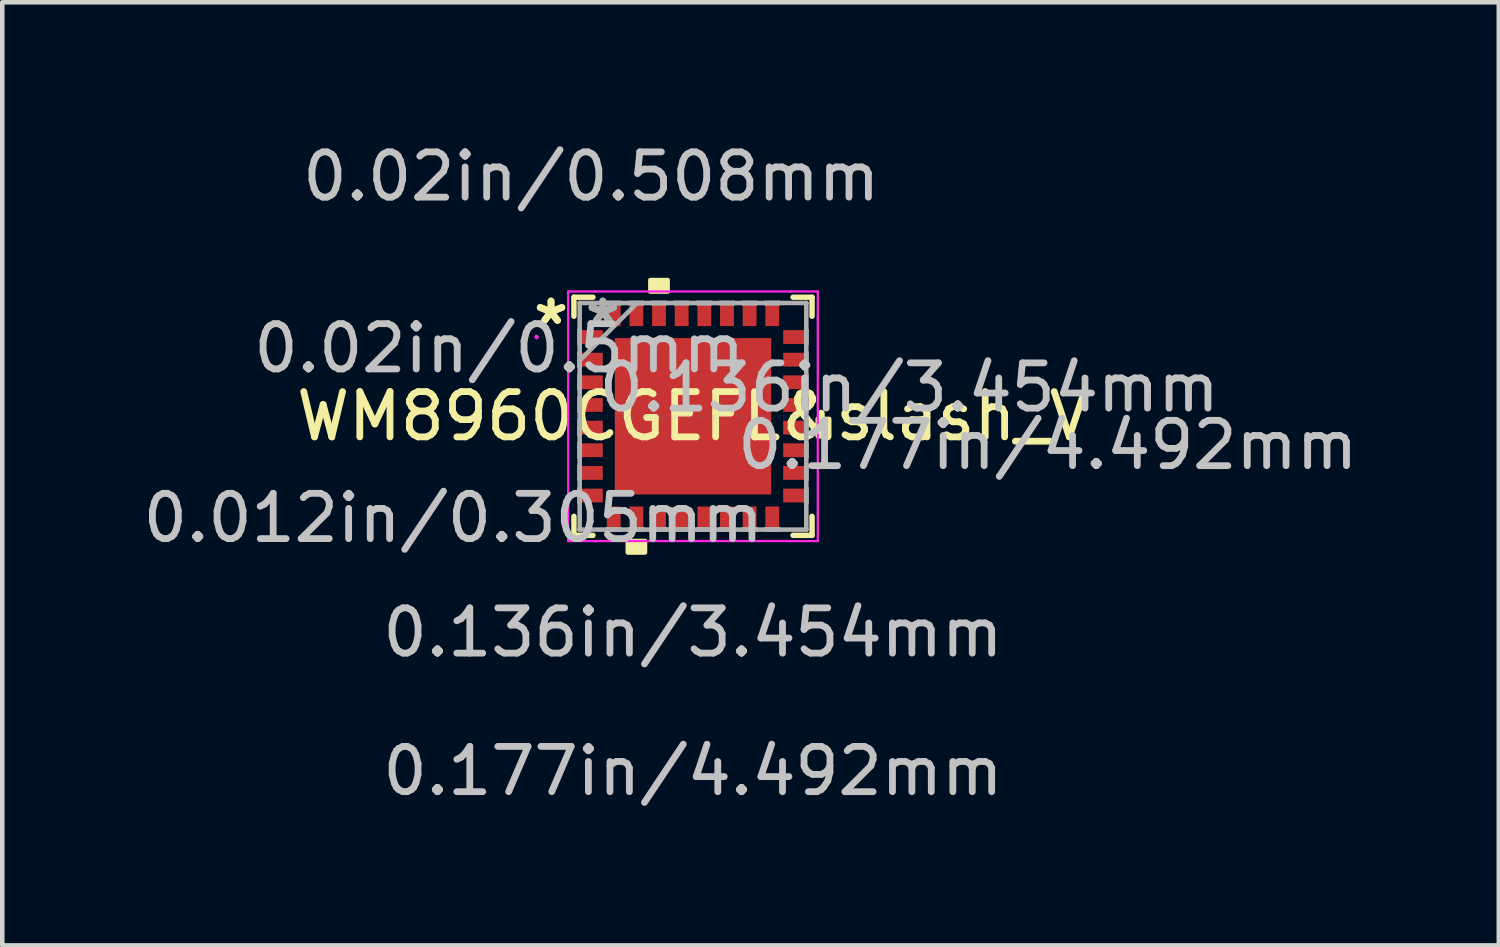
<source format=kicad_pcb>
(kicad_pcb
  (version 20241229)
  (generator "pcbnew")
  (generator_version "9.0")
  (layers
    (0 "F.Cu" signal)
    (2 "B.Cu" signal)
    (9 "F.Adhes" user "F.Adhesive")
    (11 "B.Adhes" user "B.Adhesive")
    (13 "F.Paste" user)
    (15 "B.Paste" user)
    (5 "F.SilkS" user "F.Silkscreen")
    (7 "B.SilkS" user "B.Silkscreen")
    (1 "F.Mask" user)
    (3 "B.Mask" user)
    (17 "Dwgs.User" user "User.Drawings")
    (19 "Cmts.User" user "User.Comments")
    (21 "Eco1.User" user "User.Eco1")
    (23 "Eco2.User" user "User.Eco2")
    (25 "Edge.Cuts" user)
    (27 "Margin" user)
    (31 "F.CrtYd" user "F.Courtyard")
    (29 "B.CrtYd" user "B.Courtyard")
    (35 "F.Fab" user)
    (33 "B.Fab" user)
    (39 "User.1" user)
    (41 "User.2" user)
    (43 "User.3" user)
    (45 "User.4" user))
  (footprint "WM8960CGEFL&slash_V"
    (layer "F.Cu")
    (at 12.252 6.142)
    (property "Reference" "WM8960CGEFL&slash_V" (at 0 0 0) (layer "F.SilkS") (effects (font (size 1 1) (thickness 0.15))))
    (attr through_hole)
    (fp_line (start -2.629 -2.629) (end -2.629 -2.209) (stroke (width 0.12) (type solid)) (layer "F.SilkS"))
    (fp_line (start -2.629 2.209) (end -2.629 2.629) (stroke (width 0.12) (type solid)) (layer "F.SilkS"))
    (fp_line (start -2.629 2.629) (end -2.209 2.629) (stroke (width 0.12) (type solid)) (layer "F.SilkS"))
    (fp_line (start -2.209 -2.629) (end -2.629 -2.629) (stroke (width 0.12) (type solid)) (layer "F.SilkS"))
    (fp_line (start 2.209 2.629) (end 2.629 2.629) (stroke (width 0.12) (type solid)) (layer "F.SilkS"))
    (fp_line (start 2.629 -2.629) (end 2.209 -2.629) (stroke (width 0.12) (type solid)) (layer "F.SilkS"))
    (fp_line (start 2.629 -2.209) (end 2.629 -2.629) (stroke (width 0.12) (type solid)) (layer "F.SilkS"))
    (fp_line (start 2.629 2.629) (end 2.629 2.209) (stroke (width 0.12) (type solid)) (layer "F.SilkS"))
    (fp_poly (pts (xy -1.44 2.754) (xy -1.44 3.008) (xy -1.06 3.008) (xy -1.06 2.754)) (stroke (width 0.1) (type solid)) (fill yes) (layer "F.SilkS"))
    (fp_poly (pts (xy -0.941 -2.754) (xy -0.941 -3.008) (xy -0.56 -3.008) (xy -0.56 -2.754)) (stroke (width 0.1) (type solid)) (fill yes) (layer "F.SilkS"))
    (fp_poly (pts (xy 3.008 0.059) (xy 3.008 0.441) (xy 2.754 0.441) (xy 2.754 0.059)) (stroke (width 0.1) (type solid)) (fill yes) (layer "F.SilkS"))
    (fp_poly (pts (xy -1.627 -1.627) (xy -1.627 -0.1) (xy -0.1 -0.1) (xy -0.1 -1.627)) (stroke (width 0.1) (type solid)) (fill yes) (layer "F.Paste"))
    (fp_poly (pts (xy -1.627 0.1) (xy -1.627 1.627) (xy -0.1 1.627) (xy -0.1 0.1)) (stroke (width 0.1) (type solid)) (fill yes) (layer "F.Paste"))
    (fp_poly (pts (xy 0.1 -1.627) (xy 0.1 -0.1) (xy 1.627 -0.1) (xy 1.627 -1.627)) (stroke (width 0.1) (type solid)) (fill yes) (layer "F.Paste"))
    (fp_poly (pts (xy 0.1 0.1) (xy 0.1 1.627) (xy 1.627 1.627) (xy 1.627 0.1)) (stroke (width 0.1) (type solid)) (fill yes) (layer "F.Paste"))
    (fp_line (start -2.756 -2.756) (end -2.156 -2.756) (stroke (width 0.05) (type solid)) (layer "F.CrtYd"))
    (fp_line (start -2.756 -2.156) (end -2.756 -2.756) (stroke (width 0.05) (type solid)) (layer "F.CrtYd"))
    (fp_line (start -2.756 -2.156) (end -2.756 -2.156) (stroke (width 0.05) (type solid)) (layer "F.CrtYd"))
    (fp_line (start -2.756 2.156) (end -2.756 -2.156) (stroke (width 0.05) (type solid)) (layer "F.CrtYd"))
    (fp_line (start -2.756 2.156) (end -2.756 2.156) (stroke (width 0.05) (type solid)) (layer "F.CrtYd"))
    (fp_line (start -2.756 2.756) (end -2.756 2.156) (stroke (width 0.05) (type solid)) (layer "F.CrtYd"))
    (fp_line (start -2.156 -2.756) (end -2.156 -2.756) (stroke (width 0.05) (type solid)) (layer "F.CrtYd"))
    (fp_line (start -2.156 -2.756) (end 2.156 -2.756) (stroke (width 0.05) (type solid)) (layer "F.CrtYd"))
    (fp_line (start -2.156 2.756) (end -2.756 2.756) (stroke (width 0.05) (type solid)) (layer "F.CrtYd"))
    (fp_line (start -2.156 2.756) (end -2.156 2.756) (stroke (width 0.05) (type solid)) (layer "F.CrtYd"))
    (fp_line (start 2.156 -2.756) (end 2.156 -2.756) (stroke (width 0.05) (type solid)) (layer "F.CrtYd"))
    (fp_line (start 2.156 -2.756) (end 2.756 -2.756) (stroke (width 0.05) (type solid)) (layer "F.CrtYd"))
    (fp_line (start 2.156 2.756) (end -2.156 2.756) (stroke (width 0.05) (type solid)) (layer "F.CrtYd"))
    (fp_line (start 2.156 2.756) (end 2.156 2.756) (stroke (width 0.05) (type solid)) (layer "F.CrtYd"))
    (fp_line (start 2.756 -2.756) (end 2.756 -2.156) (stroke (width 0.05) (type solid)) (layer "F.CrtYd"))
    (fp_line (start 2.756 -2.156) (end 2.756 -2.156) (stroke (width 0.05) (type solid)) (layer "F.CrtYd"))
    (fp_line (start 2.756 -2.156) (end 2.756 2.156) (stroke (width 0.05) (type solid)) (layer "F.CrtYd"))
    (fp_line (start 2.756 2.156) (end 2.756 2.156) (stroke (width 0.05) (type solid)) (layer "F.CrtYd"))
    (fp_line (start 2.756 2.156) (end 2.756 2.756) (stroke (width 0.05) (type solid)) (layer "F.CrtYd"))
    (fp_line (start 2.756 2.756) (end 2.156 2.756) (stroke (width 0.05) (type solid)) (layer "F.CrtYd"))
    (fp_circle (center -3.453 -1.75) (end -3.453 -1.75) (stroke (width 0.05) (type solid)) (fill no) (layer "F.CrtYd"))
    (fp_line (start -2.502 -2.502) (end -2.502 -2.502) (stroke (width 0.1) (type solid)) (layer "F.Fab"))
    (fp_line (start -2.502 -2.502) (end -2.502 2.502) (stroke (width 0.1) (type solid)) (layer "F.Fab"))
    (fp_line (start -2.502 -1.902) (end -2.5 -1.902) (stroke (width 0.1) (type solid)) (layer "F.Fab"))
    (fp_line (start -2.502 -1.598) (end -2.502 -1.902) (stroke (width 0.1) (type solid)) (layer "F.Fab"))
    (fp_line (start -2.502 -1.402) (end -2.5 -1.402) (stroke (width 0.1) (type solid)) (layer "F.Fab"))
    (fp_line (start -2.502 -1.232) (end -1.232 -2.502) (stroke (width 0.1) (type solid)) (layer "F.Fab"))
    (fp_line (start -2.502 -1.098) (end -2.502 -1.402) (stroke (width 0.1) (type solid)) (layer "F.Fab"))
    (fp_line (start -2.502 -0.902) (end -2.5 -0.902) (stroke (width 0.1) (type solid)) (layer "F.Fab"))
    (fp_line (start -2.502 -0.598) (end -2.502 -0.902) (stroke (width 0.1) (type solid)) (layer "F.Fab"))
    (fp_line (start -2.502 -0.402) (end -2.5 -0.402) (stroke (width 0.1) (type solid)) (layer "F.Fab"))
    (fp_line (start -2.502 -0.098) (end -2.502 -0.402) (stroke (width 0.1) (type solid)) (layer "F.Fab"))
    (fp_line (start -2.502 0.098) (end -2.5 0.098) (stroke (width 0.1) (type solid)) (layer "F.Fab"))
    (fp_line (start -2.502 0.402) (end -2.502 0.098) (stroke (width 0.1) (type solid)) (layer "F.Fab"))
    (fp_line (start -2.502 0.598) (end -2.5 0.598) (stroke (width 0.1) (type solid)) (layer "F.Fab"))
    (fp_line (start -2.502 0.902) (end -2.502 0.598) (stroke (width 0.1) (type solid)) (layer "F.Fab"))
    (fp_line (start -2.502 1.098) (end -2.5 1.098) (stroke (width 0.1) (type solid)) (layer "F.Fab"))
    (fp_line (start -2.502 1.402) (end -2.502 1.098) (stroke (width 0.1) (type solid)) (layer "F.Fab"))
    (fp_line (start -2.502 1.598) (end -2.5 1.598) (stroke (width 0.1) (type solid)) (layer "F.Fab"))
    (fp_line (start -2.502 1.902) (end -2.502 1.598) (stroke (width 0.1) (type solid)) (layer "F.Fab"))
    (fp_line (start -2.502 2.502) (end -2.502 2.502) (stroke (width 0.1) (type solid)) (layer "F.Fab"))
    (fp_line (start -2.502 2.502) (end 2.502 2.502) (stroke (width 0.1) (type solid)) (layer "F.Fab"))
    (fp_line (start -2.5 -1.902) (end -2.5 -1.598) (stroke (width 0.1) (type solid)) (layer "F.Fab"))
    (fp_line (start -2.5 -1.598) (end -2.502 -1.598) (stroke (width 0.1) (type solid)) (layer "F.Fab"))
    (fp_line (start -2.5 -1.402) (end -2.5 -1.098) (stroke (width 0.1) (type solid)) (layer "F.Fab"))
    (fp_line (start -2.5 -1.098) (end -2.502 -1.098) (stroke (width 0.1) (type solid)) (layer "F.Fab"))
    (fp_line (start -2.5 -0.902) (end -2.5 -0.598) (stroke (width 0.1) (type solid)) (layer "F.Fab"))
    (fp_line (start -2.5 -0.598) (end -2.502 -0.598) (stroke (width 0.1) (type solid)) (layer "F.Fab"))
    (fp_line (start -2.5 -0.402) (end -2.5 -0.098) (stroke (width 0.1) (type solid)) (layer "F.Fab"))
    (fp_line (start -2.5 -0.098) (end -2.502 -0.098) (stroke (width 0.1) (type solid)) (layer "F.Fab"))
    (fp_line (start -2.5 0.098) (end -2.5 0.402) (stroke (width 0.1) (type solid)) (layer "F.Fab"))
    (fp_line (start -2.5 0.402) (end -2.502 0.402) (stroke (width 0.1) (type solid)) (layer "F.Fab"))
    (fp_line (start -2.5 0.598) (end -2.5 0.902) (stroke (width 0.1) (type solid)) (layer "F.Fab"))
    (fp_line (start -2.5 0.902) (end -2.502 0.902) (stroke (width 0.1) (type solid)) (layer "F.Fab"))
    (fp_line (start -2.5 1.098) (end -2.5 1.402) (stroke (width 0.1) (type solid)) (layer "F.Fab"))
    (fp_line (start -2.5 1.402) (end -2.502 1.402) (stroke (width 0.1) (type solid)) (layer "F.Fab"))
    (fp_line (start -2.5 1.598) (end -2.5 1.902) (stroke (width 0.1) (type solid)) (layer "F.Fab"))
    (fp_line (start -2.5 1.902) (end -2.502 1.902) (stroke (width 0.1) (type solid)) (layer "F.Fab"))
    (fp_line (start -1.902 -2.502) (end -1.598 -2.502) (stroke (width 0.1) (type solid)) (layer "F.Fab"))
    (fp_line (start -1.902 -2.5) (end -1.902 -2.502) (stroke (width 0.1) (type solid)) (layer "F.Fab"))
    (fp_line (start -1.902 2.5) (end -1.598 2.5) (stroke (width 0.1) (type solid)) (layer "F.Fab"))
    (fp_line (start -1.902 2.502) (end -1.902 2.5) (stroke (width 0.1) (type solid)) (layer "F.Fab"))
    (fp_line (start -1.598 -2.502) (end -1.598 -2.5) (stroke (width 0.1) (type solid)) (layer "F.Fab"))
    (fp_line (start -1.598 -2.5) (end -1.902 -2.5) (stroke (width 0.1) (type solid)) (layer "F.Fab"))
    (fp_line (start -1.598 2.5) (end -1.598 2.502) (stroke (width 0.1) (type solid)) (layer "F.Fab"))
    (fp_line (start -1.598 2.502) (end -1.902 2.502) (stroke (width 0.1) (type solid)) (layer "F.Fab"))
    (fp_line (start -1.402 -2.502) (end -1.098 -2.502) (stroke (width 0.1) (type solid)) (layer "F.Fab"))
    (fp_line (start -1.402 -2.5) (end -1.402 -2.502) (stroke (width 0.1) (type solid)) (layer "F.Fab"))
    (fp_line (start -1.402 2.5) (end -1.098 2.5) (stroke (width 0.1) (type solid)) (layer "F.Fab"))
    (fp_line (start -1.402 2.502) (end -1.402 2.5) (stroke (width 0.1) (type solid)) (layer "F.Fab"))
    (fp_line (start -1.098 -2.502) (end -1.098 -2.5) (stroke (width 0.1) (type solid)) (layer "F.Fab"))
    (fp_line (start -1.098 -2.5) (end -1.402 -2.5) (stroke (width 0.1) (type solid)) (layer "F.Fab"))
    (fp_line (start -1.098 2.5) (end -1.098 2.502) (stroke (width 0.1) (type solid)) (layer "F.Fab"))
    (fp_line (start -1.098 2.502) (end -1.402 2.502) (stroke (width 0.1) (type solid)) (layer "F.Fab"))
    (fp_line (start -0.902 -2.502) (end -0.598 -2.502) (stroke (width 0.1) (type solid)) (layer "F.Fab"))
    (fp_line (start -0.902 -2.5) (end -0.902 -2.502) (stroke (width 0.1) (type solid)) (layer "F.Fab"))
    (fp_line (start -0.902 2.5) (end -0.598 2.5) (stroke (width 0.1) (type solid)) (layer "F.Fab"))
    (fp_line (start -0.902 2.502) (end -0.902 2.5) (stroke (width 0.1) (type solid)) (layer "F.Fab"))
    (fp_line (start -0.598 -2.502) (end -0.598 -2.5) (stroke (width 0.1) (type solid)) (layer "F.Fab"))
    (fp_line (start -0.598 -2.5) (end -0.902 -2.5) (stroke (width 0.1) (type solid)) (layer "F.Fab"))
    (fp_line (start -0.598 2.5) (end -0.598 2.502) (stroke (width 0.1) (type solid)) (layer "F.Fab"))
    (fp_line (start -0.598 2.502) (end -0.902 2.502) (stroke (width 0.1) (type solid)) (layer "F.Fab"))
    (fp_line (start -0.402 -2.502) (end -0.098 -2.502) (stroke (width 0.1) (type solid)) (layer "F.Fab"))
    (fp_line (start -0.402 -2.5) (end -0.402 -2.502) (stroke (width 0.1) (type solid)) (layer "F.Fab"))
    (fp_line (start -0.402 2.5) (end -0.098 2.5) (stroke (width 0.1) (type solid)) (layer "F.Fab"))
    (fp_line (start -0.402 2.502) (end -0.402 2.5) (stroke (width 0.1) (type solid)) (layer "F.Fab"))
    (fp_line (start -0.098 -2.502) (end -0.098 -2.5) (stroke (width 0.1) (type solid)) (layer "F.Fab"))
    (fp_line (start -0.098 -2.5) (end -0.402 -2.5) (stroke (width 0.1) (type solid)) (layer "F.Fab"))
    (fp_line (start -0.098 2.5) (end -0.098 2.502) (stroke (width 0.1) (type solid)) (layer "F.Fab"))
    (fp_line (start -0.098 2.502) (end -0.402 2.502) (stroke (width 0.1) (type solid)) (layer "F.Fab"))
    (fp_line (start 0.098 -2.502) (end 0.402 -2.502) (stroke (width 0.1) (type solid)) (layer "F.Fab"))
    (fp_line (start 0.098 -2.5) (end 0.098 -2.502) (stroke (width 0.1) (type solid)) (layer "F.Fab"))
    (fp_line (start 0.098 2.5) (end 0.402 2.5) (stroke (width 0.1) (type solid)) (layer "F.Fab"))
    (fp_line (start 0.098 2.502) (end 0.098 2.5) (stroke (width 0.1) (type solid)) (layer "F.Fab"))
    (fp_line (start 0.402 -2.502) (end 0.402 -2.5) (stroke (width 0.1) (type solid)) (layer "F.Fab"))
    (fp_line (start 0.402 -2.5) (end 0.098 -2.5) (stroke (width 0.1) (type solid)) (layer "F.Fab"))
    (fp_line (start 0.402 2.5) (end 0.402 2.502) (stroke (width 0.1) (type solid)) (layer "F.Fab"))
    (fp_line (start 0.402 2.502) (end 0.098 2.502) (stroke (width 0.1) (type solid)) (layer "F.Fab"))
    (fp_line (start 0.598 -2.502) (end 0.902 -2.502) (stroke (width 0.1) (type solid)) (layer "F.Fab"))
    (fp_line (start 0.598 -2.5) (end 0.598 -2.502) (stroke (width 0.1) (type solid)) (layer "F.Fab"))
    (fp_line (start 0.598 2.5) (end 0.902 2.5) (stroke (width 0.1) (type solid)) (layer "F.Fab"))
    (fp_line (start 0.598 2.502) (end 0.598 2.5) (stroke (width 0.1) (type solid)) (layer "F.Fab"))
    (fp_line (start 0.902 -2.502) (end 0.902 -2.5) (stroke (width 0.1) (type solid)) (layer "F.Fab"))
    (fp_line (start 0.902 -2.5) (end 0.598 -2.5) (stroke (width 0.1) (type solid)) (layer "F.Fab"))
    (fp_line (start 0.902 2.5) (end 0.902 2.502) (stroke (width 0.1) (type solid)) (layer "F.Fab"))
    (fp_line (start 0.902 2.502) (end 0.598 2.502) (stroke (width 0.1) (type solid)) (layer "F.Fab"))
    (fp_line (start 1.098 -2.502) (end 1.402 -2.502) (stroke (width 0.1) (type solid)) (layer "F.Fab"))
    (fp_line (start 1.098 -2.5) (end 1.098 -2.502) (stroke (width 0.1) (type solid)) (layer "F.Fab"))
    (fp_line (start 1.098 2.5) (end 1.402 2.5) (stroke (width 0.1) (type solid)) (layer "F.Fab"))
    (fp_line (start 1.098 2.502) (end 1.098 2.5) (stroke (width 0.1) (type solid)) (layer "F.Fab"))
    (fp_line (start 1.402 -2.502) (end 1.402 -2.5) (stroke (width 0.1) (type solid)) (layer "F.Fab"))
    (fp_line (start 1.402 -2.5) (end 1.098 -2.5) (stroke (width 0.1) (type solid)) (layer "F.Fab"))
    (fp_line (start 1.402 2.5) (end 1.402 2.502) (stroke (width 0.1) (type solid)) (layer "F.Fab"))
    (fp_line (start 1.402 2.502) (end 1.098 2.502) (stroke (width 0.1) (type solid)) (layer "F.Fab"))
    (fp_line (start 1.598 -2.502) (end 1.902 -2.502) (stroke (width 0.1) (type solid)) (layer "F.Fab"))
    (fp_line (start 1.598 -2.5) (end 1.598 -2.502) (stroke (width 0.1) (type solid)) (layer "F.Fab"))
    (fp_line (start 1.598 2.5) (end 1.902 2.5) (stroke (width 0.1) (type solid)) (layer "F.Fab"))
    (fp_line (start 1.598 2.502) (end 1.598 2.5) (stroke (width 0.1) (type solid)) (layer "F.Fab"))
    (fp_line (start 1.902 -2.502) (end 1.902 -2.5) (stroke (width 0.1) (type solid)) (layer "F.Fab"))
    (fp_line (start 1.902 -2.5) (end 1.598 -2.5) (stroke (width 0.1) (type solid)) (layer "F.Fab"))
    (fp_line (start 1.902 2.5) (end 1.902 2.502) (stroke (width 0.1) (type solid)) (layer "F.Fab"))
    (fp_line (start 1.902 2.502) (end 1.598 2.502) (stroke (width 0.1) (type solid)) (layer "F.Fab"))
    (fp_line (start 2.5 -1.902) (end 2.502 -1.902) (stroke (width 0.1) (type solid)) (layer "F.Fab"))
    (fp_line (start 2.5 -1.598) (end 2.5 -1.902) (stroke (width 0.1) (type solid)) (layer "F.Fab"))
    (fp_line (start 2.5 -1.402) (end 2.502 -1.402) (stroke (width 0.1) (type solid)) (layer "F.Fab"))
    (fp_line (start 2.5 -1.098) (end 2.5 -1.402) (stroke (width 0.1) (type solid)) (layer "F.Fab"))
    (fp_line (start 2.5 -0.902) (end 2.502 -0.902) (stroke (width 0.1) (type solid)) (layer "F.Fab"))
    (fp_line (start 2.5 -0.598) (end 2.5 -0.902) (stroke (width 0.1) (type solid)) (layer "F.Fab"))
    (fp_line (start 2.5 -0.402) (end 2.502 -0.402) (stroke (width 0.1) (type solid)) (layer "F.Fab"))
    (fp_line (start 2.5 -0.098) (end 2.5 -0.402) (stroke (width 0.1) (type solid)) (layer "F.Fab"))
    (fp_line (start 2.5 0.098) (end 2.502 0.098) (stroke (width 0.1) (type solid)) (layer "F.Fab"))
    (fp_line (start 2.5 0.402) (end 2.5 0.098) (stroke (width 0.1) (type solid)) (layer "F.Fab"))
    (fp_line (start 2.5 0.598) (end 2.502 0.598) (stroke (width 0.1) (type solid)) (layer "F.Fab"))
    (fp_line (start 2.5 0.902) (end 2.5 0.598) (stroke (width 0.1) (type solid)) (layer "F.Fab"))
    (fp_line (start 2.5 1.098) (end 2.502 1.098) (stroke (width 0.1) (type solid)) (layer "F.Fab"))
    (fp_line (start 2.5 1.402) (end 2.5 1.098) (stroke (width 0.1) (type solid)) (layer "F.Fab"))
    (fp_line (start 2.5 1.598) (end 2.502 1.598) (stroke (width 0.1) (type solid)) (layer "F.Fab"))
    (fp_line (start 2.5 1.902) (end 2.5 1.598) (stroke (width 0.1) (type solid)) (layer "F.Fab"))
    (fp_line (start 2.502 -2.502) (end -2.502 -2.502) (stroke (width 0.1) (type solid)) (layer "F.Fab"))
    (fp_line (start 2.502 -2.502) (end 2.502 -2.502) (stroke (width 0.1) (type solid)) (layer "F.Fab"))
    (fp_line (start 2.502 -1.902) (end 2.502 -1.598) (stroke (width 0.1) (type solid)) (layer "F.Fab"))
    (fp_line (start 2.502 -1.598) (end 2.5 -1.598) (stroke (width 0.1) (type solid)) (layer "F.Fab"))
    (fp_line (start 2.502 -1.402) (end 2.502 -1.098) (stroke (width 0.1) (type solid)) (layer "F.Fab"))
    (fp_line (start 2.502 -1.098) (end 2.5 -1.098) (stroke (width 0.1) (type solid)) (layer "F.Fab"))
    (fp_line (start 2.502 -0.902) (end 2.502 -0.598) (stroke (width 0.1) (type solid)) (layer "F.Fab"))
    (fp_line (start 2.502 -0.598) (end 2.5 -0.598) (stroke (width 0.1) (type solid)) (layer "F.Fab"))
    (fp_line (start 2.502 -0.402) (end 2.502 -0.098) (stroke (width 0.1) (type solid)) (layer "F.Fab"))
    (fp_line (start 2.502 -0.098) (end 2.5 -0.098) (stroke (width 0.1) (type solid)) (layer "F.Fab"))
    (fp_line (start 2.502 0.098) (end 2.502 0.402) (stroke (width 0.1) (type solid)) (layer "F.Fab"))
    (fp_line (start 2.502 0.402) (end 2.5 0.402) (stroke (width 0.1) (type solid)) (layer "F.Fab"))
    (fp_line (start 2.502 0.598) (end 2.502 0.902) (stroke (width 0.1) (type solid)) (layer "F.Fab"))
    (fp_line (start 2.502 0.902) (end 2.5 0.902) (stroke (width 0.1) (type solid)) (layer "F.Fab"))
    (fp_line (start 2.502 1.098) (end 2.502 1.402) (stroke (width 0.1) (type solid)) (layer "F.Fab"))
    (fp_line (start 2.502 1.402) (end 2.5 1.402) (stroke (width 0.1) (type solid)) (layer "F.Fab"))
    (fp_line (start 2.502 1.598) (end 2.502 1.902) (stroke (width 0.1) (type solid)) (layer "F.Fab"))
    (fp_line (start 2.502 1.902) (end 2.5 1.902) (stroke (width 0.1) (type solid)) (layer "F.Fab"))
    (fp_line (start 2.502 2.502) (end 2.502 -2.502) (stroke (width 0.1) (type solid)) (layer "F.Fab"))
    (fp_line (start 2.502 2.502) (end 2.502 2.502) (stroke (width 0.1) (type solid)) (layer "F.Fab"))
    (fp_text user "*" (at -3.135 -2 0) (layer "F.SilkS") (effects (font (size 1 1) (thickness 0.15))))
    (fp_text user "*" (at -3.135 -2 0) (layer "F.SilkS") (effects (font (size 1 1) (thickness 0.15))))
    (fp_text user "0.177in/4.492mm" (at 7.834 0.635 0) (layer "Dwgs.User") (effects (font (size 1 1) (thickness 0.15))))
    (fp_text user "0.02in/0.508mm" (at -2.246 -5.294 0) (layer "Dwgs.User") (effects (font (size 1 1) (thickness 0.15))))
    (fp_text user "0.012in/0.305mm" (at -5.294 2.246 0) (layer "Dwgs.User") (effects (font (size 1 1) (thickness 0.15))))
    (fp_text user "0.136in/3.454mm" (at 0 4.775 0) (layer "Dwgs.User") (effects (font (size 1 1) (thickness 0.15))))
    (fp_text user "0.177in/4.492mm" (at 0 7.834 0) (layer "Dwgs.User") (effects (font (size 1 1) (thickness 0.15))))
    (fp_text user "0.136in/3.454mm" (at 4.775 -0.635 0) (layer "Dwgs.User") (effects (font (size 1 1) (thickness 0.15))))
    (fp_text user "0.02in/0.5mm" (at -4.278 -1.5 0) (layer "Dwgs.User") (effects (font (size 1 1) (thickness 0.15))))
    (fp_text user "Copyright 2021 Accelerated Designs. All rights reserved." (at 0 0 0) (layer "Cmts.User") (effects (font (size 0.127 0.127) (thickness 0.002))))
    (fp_text user "*" (at -1.992 -2 0) (layer "F.Fab") (effects (font (size 1 1) (thickness 0.15))))
    (fp_text user "*" (at -1.992 -2 0) (layer "F.Fab") (effects (font (size 1 1) (thickness 0.15))))
    (pad "1" smd rect (at -2.246 -1.75 90) (size 0.305 0.508) (layers "F.Cu" "F.Mask" "F.Paste"))
    (pad "2" smd rect (at -2.246 -1.25 90) (size 0.305 0.508) (layers "F.Cu" "F.Mask" "F.Paste"))
    (pad "3" smd rect (at -2.246 -0.75 90) (size 0.305 0.508) (layers "F.Cu" "F.Mask" "F.Paste"))
    (pad "4" smd rect (at -2.246 -0.25 90) (size 0.305 0.508) (layers "F.Cu" "F.Mask" "F.Paste"))
    (pad "5" smd rect (at -2.246 0.25 90) (size 0.305 0.508) (layers "F.Cu" "F.Mask" "F.Paste"))
    (pad "6" smd rect (at -2.246 0.75 90) (size 0.305 0.508) (layers "F.Cu" "F.Mask" "F.Paste"))
    (pad "7" smd rect (at -2.246 1.25 90) (size 0.305 0.508) (layers "F.Cu" "F.Mask" "F.Paste"))
    (pad "8" smd rect (at -2.246 1.75 90) (size 0.305 0.508) (layers "F.Cu" "F.Mask" "F.Paste"))
    (pad "9" smd rect (at -1.75 2.246) (size 0.305 0.508) (layers "F.Cu" "F.Mask" "F.Paste"))
    (pad "10" smd rect (at -1.25 2.246) (size 0.305 0.508) (layers "F.Cu" "F.Mask" "F.Paste"))
    (pad "11" smd rect (at -0.75 2.246) (size 0.305 0.508) (layers "F.Cu" "F.Mask" "F.Paste"))
    (pad "12" smd rect (at -0.25 2.246) (size 0.305 0.508) (layers "F.Cu" "F.Mask" "F.Paste"))
    (pad "13" smd rect (at 0.25 2.246) (size 0.305 0.508) (layers "F.Cu" "F.Mask" "F.Paste"))
    (pad "14" smd rect (at 0.75 2.246) (size 0.305 0.508) (layers "F.Cu" "F.Mask" "F.Paste"))
    (pad "15" smd rect (at 1.25 2.246) (size 0.305 0.508) (layers "F.Cu" "F.Mask" "F.Paste"))
    (pad "16" smd rect (at 1.75 2.246) (size 0.305 0.508) (layers "F.Cu" "F.Mask" "F.Paste"))
    (pad "17" smd rect (at 2.246 1.75 90) (size 0.305 0.508) (layers "F.Cu" "F.Mask" "F.Paste"))
    (pad "18" smd rect (at 2.246 1.25 90) (size 0.305 0.508) (layers "F.Cu" "F.Mask" "F.Paste"))
    (pad "19" smd rect (at 2.246 0.75 90) (size 0.305 0.508) (layers "F.Cu" "F.Mask" "F.Paste"))
    (pad "20" smd rect (at 2.246 0.25 90) (size 0.305 0.508) (layers "F.Cu" "F.Mask" "F.Paste"))
    (pad "21" smd rect (at 2.246 -0.25 90) (size 0.305 0.508) (layers "F.Cu" "F.Mask" "F.Paste"))
    (pad "22" smd rect (at 2.246 -0.75 90) (size 0.305 0.508) (layers "F.Cu" "F.Mask" "F.Paste"))
    (pad "23" smd rect (at 2.246 -1.25 90) (size 0.305 0.508) (layers "F.Cu" "F.Mask" "F.Paste"))
    (pad "24" smd rect (at 2.246 -1.75 90) (size 0.305 0.508) (layers "F.Cu" "F.Mask" "F.Paste"))
    (pad "25" smd rect (at 1.75 -2.246) (size 0.305 0.508) (layers "F.Cu" "F.Mask" "F.Paste"))
    (pad "26" smd rect (at 1.25 -2.246) (size 0.305 0.508) (layers "F.Cu" "F.Mask" "F.Paste"))
    (pad "27" smd rect (at 0.75 -2.246) (size 0.305 0.508) (layers "F.Cu" "F.Mask" "F.Paste"))
    (pad "28" smd rect (at 0.25 -2.246) (size 0.305 0.508) (layers "F.Cu" "F.Mask" "F.Paste"))
    (pad "29" smd rect (at -0.25 -2.246) (size 0.305 0.508) (layers "F.Cu" "F.Mask" "F.Paste"))
    (pad "30" smd rect (at -0.75 -2.246) (size 0.305 0.508) (layers "F.Cu" "F.Mask" "F.Paste"))
    (pad "31" smd rect (at -1.25 -2.246) (size 0.305 0.508) (layers "F.Cu" "F.Mask" "F.Paste"))
    (pad "32" smd rect (at -1.75 -2.246) (size 0.305 0.508) (layers "F.Cu" "F.Mask" "F.Paste"))
    (pad "33" smd rect (at 0 0) (size 3.454 3.454) (layers "F.Cu" "F.Mask" "F.Paste")))
  (gr_rect
    (start -3 -3)
    (end 30.045 17.825)
    (stroke (width 0.1) (type default))
    (fill no)
    (layer "Edge.Cuts")))
</source>
